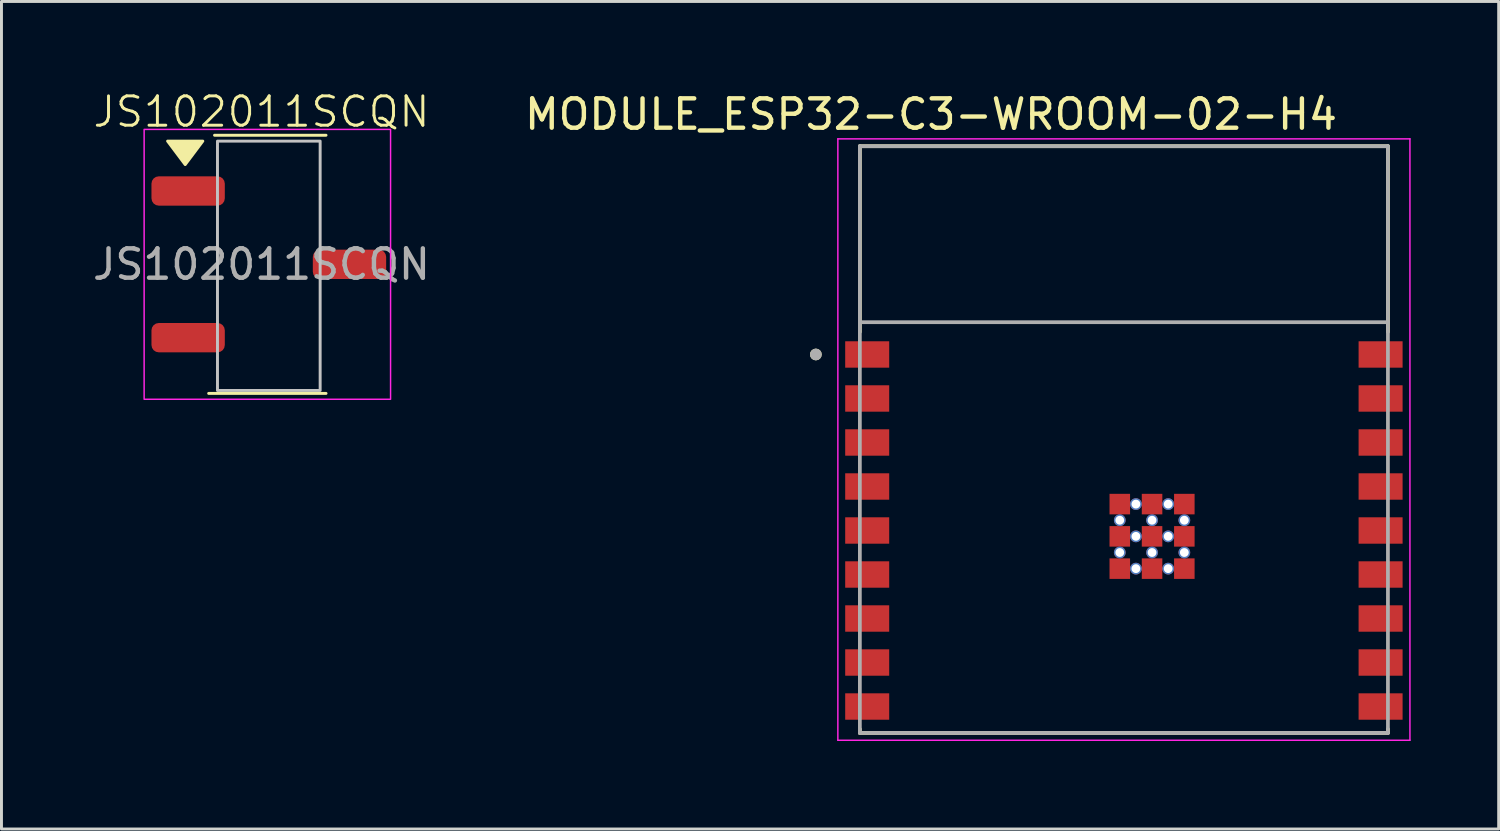
<source format=kicad_pcb>
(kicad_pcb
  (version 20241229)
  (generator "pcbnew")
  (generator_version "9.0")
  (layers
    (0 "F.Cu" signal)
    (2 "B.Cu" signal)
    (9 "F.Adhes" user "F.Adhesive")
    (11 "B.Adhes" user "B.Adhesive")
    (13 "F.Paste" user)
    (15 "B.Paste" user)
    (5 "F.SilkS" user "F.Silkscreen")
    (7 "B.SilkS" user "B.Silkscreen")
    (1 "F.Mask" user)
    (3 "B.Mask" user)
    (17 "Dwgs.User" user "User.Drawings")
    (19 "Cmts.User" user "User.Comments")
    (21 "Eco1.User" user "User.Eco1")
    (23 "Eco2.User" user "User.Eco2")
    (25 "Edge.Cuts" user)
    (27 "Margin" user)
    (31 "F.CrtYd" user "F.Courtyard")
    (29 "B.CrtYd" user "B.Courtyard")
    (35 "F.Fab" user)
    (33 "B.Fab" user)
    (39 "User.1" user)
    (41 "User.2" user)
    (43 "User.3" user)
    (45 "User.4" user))
  (footprint "MODULE_ESP32-C3-WROOM-02-H4"
    (layer "F.Cu")
    (at 35.26 11.933)
    (property "Reference" "MODULE_ESP32-C3-WROOM-02-H4" (at -6.575 -11.085 0) (layer "F.SilkS") (effects (font (size 1 1) (thickness 0.15))))
    (attr smd)
    (fp_line (start -9 -10) (end -9 -3.67) (stroke (width 0.127) (type solid)) (layer "F.SilkS"))
    (fp_line (start -9 10) (end -9 9.87) (stroke (width 0.127) (type solid)) (layer "F.SilkS"))
    (fp_line (start -9 10) (end 9 10) (stroke (width 0.127) (type solid)) (layer "F.SilkS"))
    (fp_line (start 9 -10) (end -9 -10) (stroke (width 0.127) (type solid)) (layer "F.SilkS"))
    (fp_line (start 9 -3.67) (end 9 -10) (stroke (width 0.127) (type solid)) (layer "F.SilkS"))
    (fp_line (start 9 10) (end 9 9.87) (stroke (width 0.127) (type solid)) (layer "F.SilkS"))
    (fp_circle (center -10.5 -2.9) (end -10.4 -2.9) (stroke (width 0.2) (type solid)) (fill no) (layer "F.SilkS"))
    (fp_line (start -9.75 -10.25) (end -9.75 10.25) (stroke (width 0.05) (type solid)) (layer "F.CrtYd"))
    (fp_line (start -9.75 10.25) (end 9.75 10.25) (stroke (width 0.05) (type solid)) (layer "F.CrtYd"))
    (fp_line (start 9.75 -10.25) (end -9.75 -10.25) (stroke (width 0.05) (type solid)) (layer "F.CrtYd"))
    (fp_line (start 9.75 10.25) (end 9.75 -10.25) (stroke (width 0.05) (type solid)) (layer "F.CrtYd"))
    (fp_line (start -9 -10) (end -9 -4) (stroke (width 0.127) (type solid)) (layer "F.Fab"))
    (fp_line (start -9 -4) (end -9 10) (stroke (width 0.127) (type solid)) (layer "F.Fab"))
    (fp_line (start -9 10) (end 9 10) (stroke (width 0.127) (type solid)) (layer "F.Fab"))
    (fp_line (start 9 -10) (end -9 -10) (stroke (width 0.127) (type solid)) (layer "F.Fab"))
    (fp_line (start 9 -4) (end -9 -4) (stroke (width 0.127) (type solid)) (layer "F.Fab"))
    (fp_line (start 9 -4) (end 9 -10) (stroke (width 0.127) (type solid)) (layer "F.Fab"))
    (fp_line (start 9 10) (end 9 -4) (stroke (width 0.127) (type solid)) (layer "F.Fab"))
    (fp_circle (center -10.5 -2.9) (end -10.4 -2.9) (stroke (width 0.2) (type solid)) (fill no) (layer "F.Fab"))
    (pad "1" smd rect (at -8.75 -2.9) (size 1.5 0.9) (layers "F.Cu" "F.Mask" "F.Paste"))
    (pad "2" smd rect (at -8.75 -1.4) (size 1.5 0.9) (layers "F.Cu" "F.Mask" "F.Paste"))
    (pad "3" smd rect (at -8.75 0.1) (size 1.5 0.9) (layers "F.Cu" "F.Mask" "F.Paste"))
    (pad "4" smd rect (at -8.75 1.6) (size 1.5 0.9) (layers "F.Cu" "F.Mask" "F.Paste"))
    (pad "5" smd rect (at -8.75 3.1) (size 1.5 0.9) (layers "F.Cu" "F.Mask" "F.Paste"))
    (pad "6" smd rect (at -8.75 4.6) (size 1.5 0.9) (layers "F.Cu" "F.Mask" "F.Paste"))
    (pad "7" smd rect (at -8.75 6.1) (size 1.5 0.9) (layers "F.Cu" "F.Mask" "F.Paste"))
    (pad "8" smd rect (at -8.75 7.6) (size 1.5 0.9) (layers "F.Cu" "F.Mask" "F.Paste"))
    (pad "9" smd rect (at -8.75 9.1) (size 1.5 0.9) (layers "F.Cu" "F.Mask" "F.Paste"))
    (pad "10" smd rect (at 8.75 9.1) (size 1.5 0.9) (layers "F.Cu" "F.Mask" "F.Paste"))
    (pad "11" smd rect (at 8.75 7.6) (size 1.5 0.9) (layers "F.Cu" "F.Mask" "F.Paste"))
    (pad "12" smd rect (at 8.75 6.1) (size 1.5 0.9) (layers "F.Cu" "F.Mask" "F.Paste"))
    (pad "13" smd rect (at 8.75 4.6) (size 1.5 0.9) (layers "F.Cu" "F.Mask" "F.Paste"))
    (pad "14" smd rect (at 8.75 3.1) (size 1.5 0.9) (layers "F.Cu" "F.Mask" "F.Paste"))
    (pad "15" smd rect (at 8.75 1.6) (size 1.5 0.9) (layers "F.Cu" "F.Mask" "F.Paste"))
    (pad "16" smd rect (at 8.75 0.1) (size 1.5 0.9) (layers "F.Cu" "F.Mask" "F.Paste"))
    (pad "17" smd rect (at 8.75 -1.4) (size 1.5 0.9) (layers "F.Cu" "F.Mask" "F.Paste"))
    (pad "18" smd rect (at 8.75 -2.9) (size 1.5 0.9) (layers "F.Cu" "F.Mask" "F.Paste"))
    (pad "19" smd rect (at -0.14 2.2) (size 0.7 0.7) (layers "F.Cu" "F.Mask" "F.Paste"))
    (pad "20" smd rect (at 0.96 2.2) (size 0.7 0.7) (layers "F.Cu" "F.Mask" "F.Paste"))
    (pad "21" smd rect (at 2.06 2.2) (size 0.7 0.7) (layers "F.Cu" "F.Mask" "F.Paste"))
    (pad "22" smd rect (at -0.14 3.3) (size 0.7 0.7) (layers "F.Cu" "F.Mask" "F.Paste"))
    (pad "23" smd rect (at 0.96 3.3) (size 0.7 0.7) (layers "F.Cu" "F.Mask" "F.Paste"))
    (pad "24" smd rect (at 2.06 3.3) (size 0.7 0.7) (layers "F.Cu" "F.Mask" "F.Paste"))
    (pad "25" smd rect (at -0.14 4.4) (size 0.7 0.7) (layers "F.Cu" "F.Mask" "F.Paste"))
    (pad "26" smd rect (at 0.96 4.4) (size 0.7 0.7) (layers "F.Cu" "F.Mask" "F.Paste"))
    (pad "27" smd rect (at 2.06 4.4) (size 0.7 0.7) (layers "F.Cu" "F.Mask" "F.Paste"))
    (pad "28" thru_hole circle (at 0.41 2.2) (size 0.4 0.4) (drill 0.3) (layers "*.Cu"))
    (pad "29" thru_hole circle (at 1.51 2.2) (size 0.4 0.4) (drill 0.3) (layers "*.Cu"))
    (pad "30" thru_hole circle (at -0.14 2.75) (size 0.4 0.4) (drill 0.3) (layers "*.Cu"))
    (pad "31" thru_hole circle (at 0.96 2.75) (size 0.4 0.4) (drill 0.3) (layers "*.Cu"))
    (pad "32" thru_hole circle (at 2.06 2.75) (size 0.4 0.4) (drill 0.3) (layers "*.Cu"))
    (pad "33" thru_hole circle (at 0.41 3.3) (size 0.4 0.4) (drill 0.3) (layers "*.Cu"))
    (pad "34" thru_hole circle (at 1.51 3.3) (size 0.4 0.4) (drill 0.3) (layers "*.Cu"))
    (pad "35" thru_hole circle (at -0.14 3.85) (size 0.4 0.4) (drill 0.3) (layers "*.Cu"))
    (pad "36" thru_hole circle (at 0.96 3.85) (size 0.4 0.4) (drill 0.3) (layers "*.Cu"))
    (pad "37" thru_hole circle (at 2.06 3.85) (size 0.4 0.4) (drill 0.3) (layers "*.Cu"))
    (pad "38" thru_hole circle (at 0.41 4.4) (size 0.4 0.4) (drill 0.3) (layers "*.Cu"))
    (pad "39" thru_hole circle (at 1.51 4.4) (size 0.4 0.4) (drill 0.3) (layers "*.Cu"))
    (zone (net_name "") (layer "F.Cu") (hatch full 0.508) (connect_pads) (min_thickness 0.01) (filled_areas_thickness no) (keepout (tracks not_allowed) (vias not_allowed) (pads not_allowed) (copperpour not_allowed) (footprints allowed)) (placement (enabled no)) (fill) (polygon (pts (xy 26.26 1.933) (xy 44.26 1.933) (xy 44.26 7.933) (xy 26.26 7.933))))
    (zone (net_name "") (layers "F.Cu" "B.Cu") (hatch full 0.508) (connect_pads) (min_thickness 0.01) (filled_areas_thickness no) (keepout (tracks allowed) (vias not_allowed) (pads allowed) (copperpour allowed) (footprints allowed)) (placement (enabled no)) (fill) (polygon (pts (xy 26.26 1.933) (xy 44.26 1.933) (xy 44.26 7.933) (xy 26.26 7.933))))
    (zone (net_name "") (layer "B.Cu") (hatch full 0.508) (connect_pads) (min_thickness 0.01) (filled_areas_thickness no) (keepout (tracks not_allowed) (vias not_allowed) (pads not_allowed) (copperpour not_allowed) (footprints allowed)) (placement (enabled no)) (fill) (polygon (pts (xy 26.26 1.933) (xy 44.26 1.933) (xy 44.26 7.933) (xy 26.26 7.933)))))
  (footprint "JS102011SCQN"
    (layer "F.Cu")
    (at 5.863 5.96)
    (property "Reference" "JS102011SCQN" (at 0 -5.2 0) (unlocked yes) (layer "F.SilkS") (effects (font (size 1 1) (thickness 0.1))))
    (attr smd)
    (fp_line (start -1.8 4.4) (end 2.2 4.4) (stroke (width 0.1) (type default)) (layer "F.SilkS"))
    (fp_line (start -1.6 -4.4) (end 2.2 -4.4) (stroke (width 0.1) (type default)) (layer "F.SilkS"))
    (fp_poly (pts (xy -3.2 -4.2) (xy -2.6 -3.4) (xy -2 -4.2)) (stroke (width 0.1) (type solid)) (fill yes) (layer "F.SilkS"))
    (fp_rect (start -1.5 -4.2) (end 2 4.3) (stroke (width 0.1) (type default)) (fill no) (layer "Dwgs.User"))
    (fp_rect (start -4 -4.6) (end 4.4 4.6) (stroke (width 0.05) (type default)) (fill no) (layer "F.CrtYd"))
    (fp_text user "${REFERENCE}" (at 0 0 0) (unlocked yes) (layer "F.Fab") (effects (font (size 1 1) (thickness 0.15))))
    (pad "1" smd roundrect (at -2.5 -2.5) (size 2.5 1) (layers "F.Cu" "F.Mask" "F.Paste") (roundrect_rratio 0.25))
    (pad "2" smd roundrect (at 3 0) (size 2.5 1) (layers "F.Cu" "F.Mask" "F.Paste") (roundrect_rratio 0.25))
    (pad "3" smd roundrect (at -2.5 2.5) (size 2.5 1) (layers "F.Cu" "F.Mask" "F.Paste") (roundrect_rratio 0.25)))
  (gr_rect
    (start -3 -3)
    (end 48.035 25.208)
    (stroke (width 0.1) (type default))
    (fill no)
    (layer "Edge.Cuts")))
</source>
